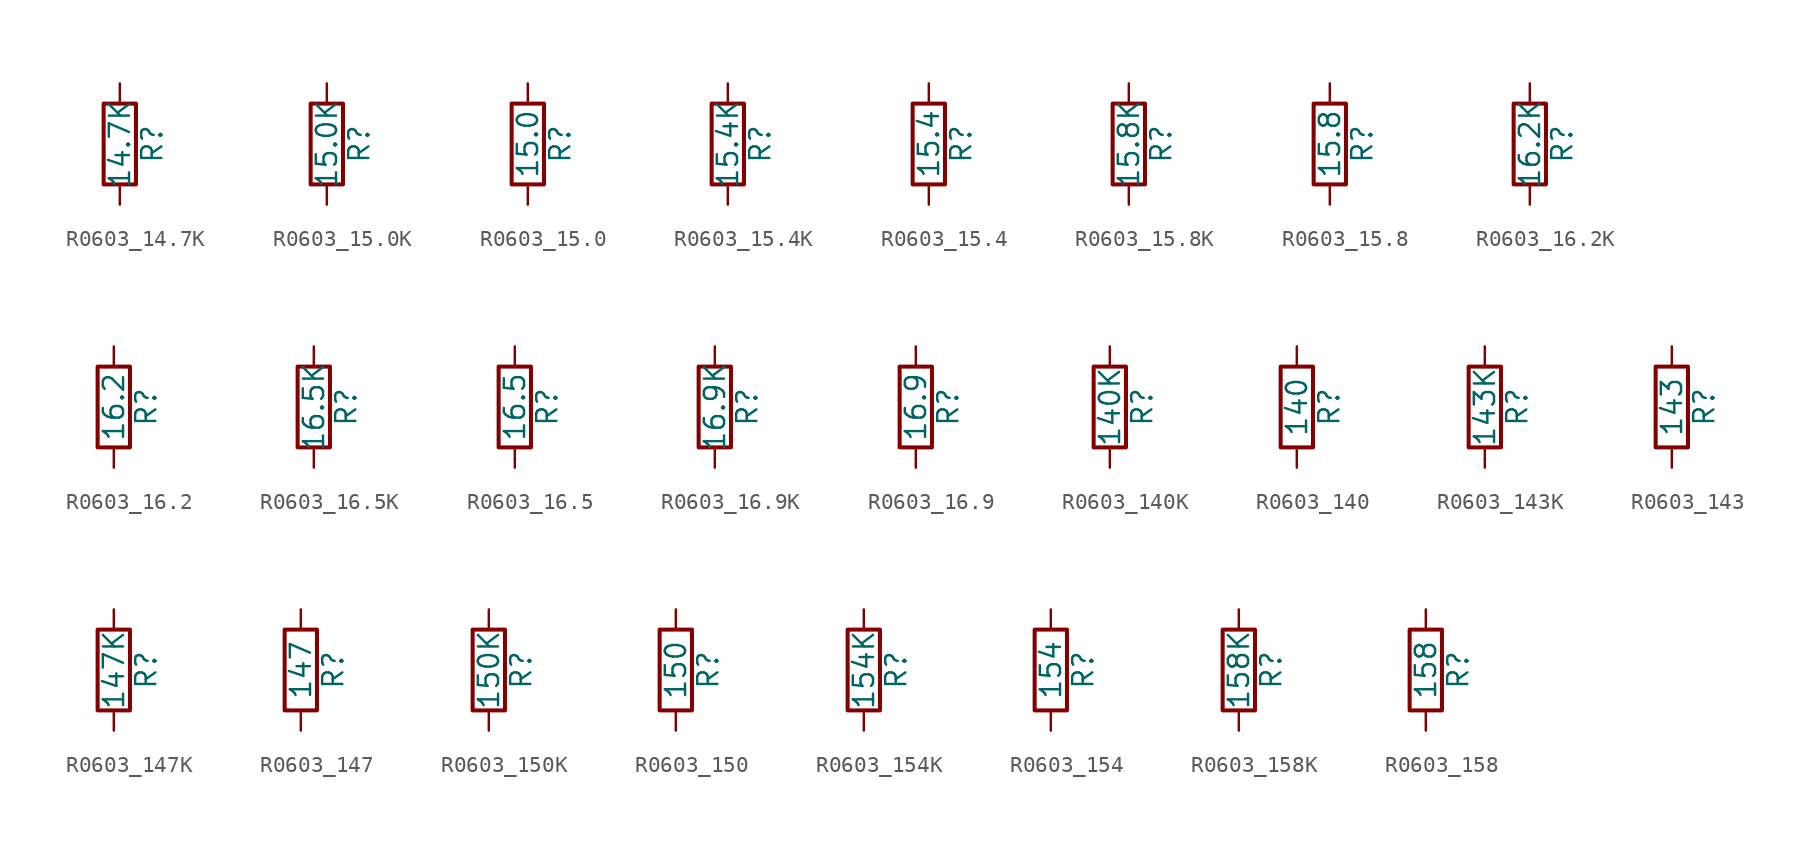
<source format=kicad_sym>
(kicad_symbol_lib
  (version 20211014)
  (generator atlantix-eda)
  (symbol "R0603_14.7K"
    (pin_numbers hide)
    (pin_names
      (offset 0))
    (property "Reference" "R"
      (at 2.032 0 90)
      (effects (font (size 1.27 1.27))))
    (property "Value" "14.7K"
      (at 0 0 90)
      (effects (font (size 1.27 1.27))))
    (symbol "R0603_14.7K_0_1"
      (rectangle (start -1.016 -2.54) (end 1.016 2.54) (stroke (width 0.254) (type default) (color 0 0 0 0)) (fill (type none))))
    (symbol "R0603_14.7K_1_1"
      (pin passive line (at 0 3.81 270) (length 1.27) (name "~" (effects (font (size 1.27 1.27)))) (number "1" (effects (font (size 1.27 1.27)))))
      (pin passive line (at 0 -3.81 90) (length 1.27) (name "~" (effects (font (size 1.27 1.27)))) (number "2" (effects (font (size 1.27 1.27)))))))
  (symbol "R0603_15.0K"
    (pin_numbers hide)
    (pin_names
      (offset 0))
    (property "Reference" "R"
      (at 2.032 0 90)
      (effects (font (size 1.27 1.27))))
    (property "Value" "15.0K"
      (at 0 0 90)
      (effects (font (size 1.27 1.27))))
    (symbol "R0603_15.0K_0_1"
      (rectangle (start -1.016 -2.54) (end 1.016 2.54) (stroke (width 0.254) (type default) (color 0 0 0 0)) (fill (type none))))
    (symbol "R0603_15.0K_1_1"
      (pin passive line (at 0 3.81 270) (length 1.27) (name "~" (effects (font (size 1.27 1.27)))) (number "1" (effects (font (size 1.27 1.27)))))
      (pin passive line (at 0 -3.81 90) (length 1.27) (name "~" (effects (font (size 1.27 1.27)))) (number "2" (effects (font (size 1.27 1.27)))))))
  (symbol "R0603_15.0"
    (pin_numbers hide)
    (pin_names
      (offset 0))
    (property "Reference" "R"
      (at 2.032 0 90)
      (effects (font (size 1.27 1.27))))
    (property "Value" "15.0"
      (at 0 0 90)
      (effects (font (size 1.27 1.27))))
    (symbol "R0603_15.0_0_1"
      (rectangle (start -1.016 -2.54) (end 1.016 2.54) (stroke (width 0.254) (type default) (color 0 0 0 0)) (fill (type none))))
    (symbol "R0603_15.0_1_1"
      (pin passive line (at 0 3.81 270) (length 1.27) (name "~" (effects (font (size 1.27 1.27)))) (number "1" (effects (font (size 1.27 1.27)))))
      (pin passive line (at 0 -3.81 90) (length 1.27) (name "~" (effects (font (size 1.27 1.27)))) (number "2" (effects (font (size 1.27 1.27)))))))
  (symbol "R0603_15.4K"
    (pin_numbers hide)
    (pin_names
      (offset 0))
    (property "Reference" "R"
      (at 2.032 0 90)
      (effects (font (size 1.27 1.27))))
    (property "Value" "15.4K"
      (at 0 0 90)
      (effects (font (size 1.27 1.27))))
    (symbol "R0603_15.4K_0_1"
      (rectangle (start -1.016 -2.54) (end 1.016 2.54) (stroke (width 0.254) (type default) (color 0 0 0 0)) (fill (type none))))
    (symbol "R0603_15.4K_1_1"
      (pin passive line (at 0 3.81 270) (length 1.27) (name "~" (effects (font (size 1.27 1.27)))) (number "1" (effects (font (size 1.27 1.27)))))
      (pin passive line (at 0 -3.81 90) (length 1.27) (name "~" (effects (font (size 1.27 1.27)))) (number "2" (effects (font (size 1.27 1.27)))))))
  (symbol "R0603_15.4"
    (pin_numbers hide)
    (pin_names
      (offset 0))
    (property "Reference" "R"
      (at 2.032 0 90)
      (effects (font (size 1.27 1.27))))
    (property "Value" "15.4"
      (at 0 0 90)
      (effects (font (size 1.27 1.27))))
    (symbol "R0603_15.4_0_1"
      (rectangle (start -1.016 -2.54) (end 1.016 2.54) (stroke (width 0.254) (type default) (color 0 0 0 0)) (fill (type none))))
    (symbol "R0603_15.4_1_1"
      (pin passive line (at 0 3.81 270) (length 1.27) (name "~" (effects (font (size 1.27 1.27)))) (number "1" (effects (font (size 1.27 1.27)))))
      (pin passive line (at 0 -3.81 90) (length 1.27) (name "~" (effects (font (size 1.27 1.27)))) (number "2" (effects (font (size 1.27 1.27)))))))
  (symbol "R0603_15.8K"
    (pin_numbers hide)
    (pin_names
      (offset 0))
    (property "Reference" "R"
      (at 2.032 0 90)
      (effects (font (size 1.27 1.27))))
    (property "Value" "15.8K"
      (at 0 0 90)
      (effects (font (size 1.27 1.27))))
    (symbol "R0603_15.8K_0_1"
      (rectangle (start -1.016 -2.54) (end 1.016 2.54) (stroke (width 0.254) (type default) (color 0 0 0 0)) (fill (type none))))
    (symbol "R0603_15.8K_1_1"
      (pin passive line (at 0 3.81 270) (length 1.27) (name "~" (effects (font (size 1.27 1.27)))) (number "1" (effects (font (size 1.27 1.27)))))
      (pin passive line (at 0 -3.81 90) (length 1.27) (name "~" (effects (font (size 1.27 1.27)))) (number "2" (effects (font (size 1.27 1.27)))))))
  (symbol "R0603_15.8"
    (pin_numbers hide)
    (pin_names
      (offset 0))
    (property "Reference" "R"
      (at 2.032 0 90)
      (effects (font (size 1.27 1.27))))
    (property "Value" "15.8"
      (at 0 0 90)
      (effects (font (size 1.27 1.27))))
    (symbol "R0603_15.8_0_1"
      (rectangle (start -1.016 -2.54) (end 1.016 2.54) (stroke (width 0.254) (type default) (color 0 0 0 0)) (fill (type none))))
    (symbol "R0603_15.8_1_1"
      (pin passive line (at 0 3.81 270) (length 1.27) (name "~" (effects (font (size 1.27 1.27)))) (number "1" (effects (font (size 1.27 1.27)))))
      (pin passive line (at 0 -3.81 90) (length 1.27) (name "~" (effects (font (size 1.27 1.27)))) (number "2" (effects (font (size 1.27 1.27)))))))
  (symbol "R0603_16.2K"
    (pin_numbers hide)
    (pin_names
      (offset 0))
    (property "Reference" "R"
      (at 2.032 0 90)
      (effects (font (size 1.27 1.27))))
    (property "Value" "16.2K"
      (at 0 0 90)
      (effects (font (size 1.27 1.27))))
    (symbol "R0603_16.2K_0_1"
      (rectangle (start -1.016 -2.54) (end 1.016 2.54) (stroke (width 0.254) (type default) (color 0 0 0 0)) (fill (type none))))
    (symbol "R0603_16.2K_1_1"
      (pin passive line (at 0 3.81 270) (length 1.27) (name "~" (effects (font (size 1.27 1.27)))) (number "1" (effects (font (size 1.27 1.27)))))
      (pin passive line (at 0 -3.81 90) (length 1.27) (name "~" (effects (font (size 1.27 1.27)))) (number "2" (effects (font (size 1.27 1.27)))))))
  (symbol "R0603_16.2"
    (pin_numbers hide)
    (pin_names
      (offset 0))
    (property "Reference" "R"
      (at 2.032 0 90)
      (effects (font (size 1.27 1.27))))
    (property "Value" "16.2"
      (at 0 0 90)
      (effects (font (size 1.27 1.27))))
    (symbol "R0603_16.2_0_1"
      (rectangle (start -1.016 -2.54) (end 1.016 2.54) (stroke (width 0.254) (type default) (color 0 0 0 0)) (fill (type none))))
    (symbol "R0603_16.2_1_1"
      (pin passive line (at 0 3.81 270) (length 1.27) (name "~" (effects (font (size 1.27 1.27)))) (number "1" (effects (font (size 1.27 1.27)))))
      (pin passive line (at 0 -3.81 90) (length 1.27) (name "~" (effects (font (size 1.27 1.27)))) (number "2" (effects (font (size 1.27 1.27)))))))
  (symbol "R0603_16.5K"
    (pin_numbers hide)
    (pin_names
      (offset 0))
    (property "Reference" "R"
      (at 2.032 0 90)
      (effects (font (size 1.27 1.27))))
    (property "Value" "16.5K"
      (at 0 0 90)
      (effects (font (size 1.27 1.27))))
    (symbol "R0603_16.5K_0_1"
      (rectangle (start -1.016 -2.54) (end 1.016 2.54) (stroke (width 0.254) (type default) (color 0 0 0 0)) (fill (type none))))
    (symbol "R0603_16.5K_1_1"
      (pin passive line (at 0 3.81 270) (length 1.27) (name "~" (effects (font (size 1.27 1.27)))) (number "1" (effects (font (size 1.27 1.27)))))
      (pin passive line (at 0 -3.81 90) (length 1.27) (name "~" (effects (font (size 1.27 1.27)))) (number "2" (effects (font (size 1.27 1.27)))))))
  (symbol "R0603_16.5"
    (pin_numbers hide)
    (pin_names
      (offset 0))
    (property "Reference" "R"
      (at 2.032 0 90)
      (effects (font (size 1.27 1.27))))
    (property "Value" "16.5"
      (at 0 0 90)
      (effects (font (size 1.27 1.27))))
    (symbol "R0603_16.5_0_1"
      (rectangle (start -1.016 -2.54) (end 1.016 2.54) (stroke (width 0.254) (type default) (color 0 0 0 0)) (fill (type none))))
    (symbol "R0603_16.5_1_1"
      (pin passive line (at 0 3.81 270) (length 1.27) (name "~" (effects (font (size 1.27 1.27)))) (number "1" (effects (font (size 1.27 1.27)))))
      (pin passive line (at 0 -3.81 90) (length 1.27) (name "~" (effects (font (size 1.27 1.27)))) (number "2" (effects (font (size 1.27 1.27)))))))
  (symbol "R0603_16.9K"
    (pin_numbers hide)
    (pin_names
      (offset 0))
    (property "Reference" "R"
      (at 2.032 0 90)
      (effects (font (size 1.27 1.27))))
    (property "Value" "16.9K"
      (at 0 0 90)
      (effects (font (size 1.27 1.27))))
    (symbol "R0603_16.9K_0_1"
      (rectangle (start -1.016 -2.54) (end 1.016 2.54) (stroke (width 0.254) (type default) (color 0 0 0 0)) (fill (type none))))
    (symbol "R0603_16.9K_1_1"
      (pin passive line (at 0 3.81 270) (length 1.27) (name "~" (effects (font (size 1.27 1.27)))) (number "1" (effects (font (size 1.27 1.27)))))
      (pin passive line (at 0 -3.81 90) (length 1.27) (name "~" (effects (font (size 1.27 1.27)))) (number "2" (effects (font (size 1.27 1.27)))))))
  (symbol "R0603_16.9"
    (pin_numbers hide)
    (pin_names
      (offset 0))
    (property "Reference" "R"
      (at 2.032 0 90)
      (effects (font (size 1.27 1.27))))
    (property "Value" "16.9"
      (at 0 0 90)
      (effects (font (size 1.27 1.27))))
    (symbol "R0603_16.9_0_1"
      (rectangle (start -1.016 -2.54) (end 1.016 2.54) (stroke (width 0.254) (type default) (color 0 0 0 0)) (fill (type none))))
    (symbol "R0603_16.9_1_1"
      (pin passive line (at 0 3.81 270) (length 1.27) (name "~" (effects (font (size 1.27 1.27)))) (number "1" (effects (font (size 1.27 1.27)))))
      (pin passive line (at 0 -3.81 90) (length 1.27) (name "~" (effects (font (size 1.27 1.27)))) (number "2" (effects (font (size 1.27 1.27)))))))
  (symbol "R0603_140K"
    (pin_numbers hide)
    (pin_names
      (offset 0))
    (property "Reference" "R"
      (at 2.032 0 90)
      (effects (font (size 1.27 1.27))))
    (property "Value" "140K"
      (at 0 0 90)
      (effects (font (size 1.27 1.27))))
    (symbol "R0603_140K_0_1"
      (rectangle (start -1.016 -2.54) (end 1.016 2.54) (stroke (width 0.254) (type default) (color 0 0 0 0)) (fill (type none))))
    (symbol "R0603_140K_1_1"
      (pin passive line (at 0 3.81 270) (length 1.27) (name "~" (effects (font (size 1.27 1.27)))) (number "1" (effects (font (size 1.27 1.27)))))
      (pin passive line (at 0 -3.81 90) (length 1.27) (name "~" (effects (font (size 1.27 1.27)))) (number "2" (effects (font (size 1.27 1.27)))))))
  (symbol "R0603_140"
    (pin_numbers hide)
    (pin_names
      (offset 0))
    (property "Reference" "R"
      (at 2.032 0 90)
      (effects (font (size 1.27 1.27))))
    (property "Value" "140"
      (at 0 0 90)
      (effects (font (size 1.27 1.27))))
    (symbol "R0603_140_0_1"
      (rectangle (start -1.016 -2.54) (end 1.016 2.54) (stroke (width 0.254) (type default) (color 0 0 0 0)) (fill (type none))))
    (symbol "R0603_140_1_1"
      (pin passive line (at 0 3.81 270) (length 1.27) (name "~" (effects (font (size 1.27 1.27)))) (number "1" (effects (font (size 1.27 1.27)))))
      (pin passive line (at 0 -3.81 90) (length 1.27) (name "~" (effects (font (size 1.27 1.27)))) (number "2" (effects (font (size 1.27 1.27)))))))
  (symbol "R0603_143K"
    (pin_numbers hide)
    (pin_names
      (offset 0))
    (property "Reference" "R"
      (at 2.032 0 90)
      (effects (font (size 1.27 1.27))))
    (property "Value" "143K"
      (at 0 0 90)
      (effects (font (size 1.27 1.27))))
    (symbol "R0603_143K_0_1"
      (rectangle (start -1.016 -2.54) (end 1.016 2.54) (stroke (width 0.254) (type default) (color 0 0 0 0)) (fill (type none))))
    (symbol "R0603_143K_1_1"
      (pin passive line (at 0 3.81 270) (length 1.27) (name "~" (effects (font (size 1.27 1.27)))) (number "1" (effects (font (size 1.27 1.27)))))
      (pin passive line (at 0 -3.81 90) (length 1.27) (name "~" (effects (font (size 1.27 1.27)))) (number "2" (effects (font (size 1.27 1.27)))))))
  (symbol "R0603_143"
    (pin_numbers hide)
    (pin_names
      (offset 0))
    (property "Reference" "R"
      (at 2.032 0 90)
      (effects (font (size 1.27 1.27))))
    (property "Value" "143"
      (at 0 0 90)
      (effects (font (size 1.27 1.27))))
    (symbol "R0603_143_0_1"
      (rectangle (start -1.016 -2.54) (end 1.016 2.54) (stroke (width 0.254) (type default) (color 0 0 0 0)) (fill (type none))))
    (symbol "R0603_143_1_1"
      (pin passive line (at 0 3.81 270) (length 1.27) (name "~" (effects (font (size 1.27 1.27)))) (number "1" (effects (font (size 1.27 1.27)))))
      (pin passive line (at 0 -3.81 90) (length 1.27) (name "~" (effects (font (size 1.27 1.27)))) (number "2" (effects (font (size 1.27 1.27)))))))
  (symbol "R0603_147K"
    (pin_numbers hide)
    (pin_names
      (offset 0))
    (property "Reference" "R"
      (at 2.032 0 90)
      (effects (font (size 1.27 1.27))))
    (property "Value" "147K"
      (at 0 0 90)
      (effects (font (size 1.27 1.27))))
    (symbol "R0603_147K_0_1"
      (rectangle (start -1.016 -2.54) (end 1.016 2.54) (stroke (width 0.254) (type default) (color 0 0 0 0)) (fill (type none))))
    (symbol "R0603_147K_1_1"
      (pin passive line (at 0 3.81 270) (length 1.27) (name "~" (effects (font (size 1.27 1.27)))) (number "1" (effects (font (size 1.27 1.27)))))
      (pin passive line (at 0 -3.81 90) (length 1.27) (name "~" (effects (font (size 1.27 1.27)))) (number "2" (effects (font (size 1.27 1.27)))))))
  (symbol "R0603_147"
    (pin_numbers hide)
    (pin_names
      (offset 0))
    (property "Reference" "R"
      (at 2.032 0 90)
      (effects (font (size 1.27 1.27))))
    (property "Value" "147"
      (at 0 0 90)
      (effects (font (size 1.27 1.27))))
    (symbol "R0603_147_0_1"
      (rectangle (start -1.016 -2.54) (end 1.016 2.54) (stroke (width 0.254) (type default) (color 0 0 0 0)) (fill (type none))))
    (symbol "R0603_147_1_1"
      (pin passive line (at 0 3.81 270) (length 1.27) (name "~" (effects (font (size 1.27 1.27)))) (number "1" (effects (font (size 1.27 1.27)))))
      (pin passive line (at 0 -3.81 90) (length 1.27) (name "~" (effects (font (size 1.27 1.27)))) (number "2" (effects (font (size 1.27 1.27)))))))
  (symbol "R0603_150K"
    (pin_numbers hide)
    (pin_names
      (offset 0))
    (property "Reference" "R"
      (at 2.032 0 90)
      (effects (font (size 1.27 1.27))))
    (property "Value" "150K"
      (at 0 0 90)
      (effects (font (size 1.27 1.27))))
    (symbol "R0603_150K_0_1"
      (rectangle (start -1.016 -2.54) (end 1.016 2.54) (stroke (width 0.254) (type default) (color 0 0 0 0)) (fill (type none))))
    (symbol "R0603_150K_1_1"
      (pin passive line (at 0 3.81 270) (length 1.27) (name "~" (effects (font (size 1.27 1.27)))) (number "1" (effects (font (size 1.27 1.27)))))
      (pin passive line (at 0 -3.81 90) (length 1.27) (name "~" (effects (font (size 1.27 1.27)))) (number "2" (effects (font (size 1.27 1.27)))))))
  (symbol "R0603_150"
    (pin_numbers hide)
    (pin_names
      (offset 0))
    (property "Reference" "R"
      (at 2.032 0 90)
      (effects (font (size 1.27 1.27))))
    (property "Value" "150"
      (at 0 0 90)
      (effects (font (size 1.27 1.27))))
    (symbol "R0603_150_0_1"
      (rectangle (start -1.016 -2.54) (end 1.016 2.54) (stroke (width 0.254) (type default) (color 0 0 0 0)) (fill (type none))))
    (symbol "R0603_150_1_1"
      (pin passive line (at 0 3.81 270) (length 1.27) (name "~" (effects (font (size 1.27 1.27)))) (number "1" (effects (font (size 1.27 1.27)))))
      (pin passive line (at 0 -3.81 90) (length 1.27) (name "~" (effects (font (size 1.27 1.27)))) (number "2" (effects (font (size 1.27 1.27)))))))
  (symbol "R0603_154K"
    (pin_numbers hide)
    (pin_names
      (offset 0))
    (property "Reference" "R"
      (at 2.032 0 90)
      (effects (font (size 1.27 1.27))))
    (property "Value" "154K"
      (at 0 0 90)
      (effects (font (size 1.27 1.27))))
    (symbol "R0603_154K_0_1"
      (rectangle (start -1.016 -2.54) (end 1.016 2.54) (stroke (width 0.254) (type default) (color 0 0 0 0)) (fill (type none))))
    (symbol "R0603_154K_1_1"
      (pin passive line (at 0 3.81 270) (length 1.27) (name "~" (effects (font (size 1.27 1.27)))) (number "1" (effects (font (size 1.27 1.27)))))
      (pin passive line (at 0 -3.81 90) (length 1.27) (name "~" (effects (font (size 1.27 1.27)))) (number "2" (effects (font (size 1.27 1.27)))))))
  (symbol "R0603_154"
    (pin_numbers hide)
    (pin_names
      (offset 0))
    (property "Reference" "R"
      (at 2.032 0 90)
      (effects (font (size 1.27 1.27))))
    (property "Value" "154"
      (at 0 0 90)
      (effects (font (size 1.27 1.27))))
    (symbol "R0603_154_0_1"
      (rectangle (start -1.016 -2.54) (end 1.016 2.54) (stroke (width 0.254) (type default) (color 0 0 0 0)) (fill (type none))))
    (symbol "R0603_154_1_1"
      (pin passive line (at 0 3.81 270) (length 1.27) (name "~" (effects (font (size 1.27 1.27)))) (number "1" (effects (font (size 1.27 1.27)))))
      (pin passive line (at 0 -3.81 90) (length 1.27) (name "~" (effects (font (size 1.27 1.27)))) (number "2" (effects (font (size 1.27 1.27)))))))
  (symbol "R0603_158K"
    (pin_numbers hide)
    (pin_names
      (offset 0))
    (property "Reference" "R"
      (at 2.032 0 90)
      (effects (font (size 1.27 1.27))))
    (property "Value" "158K"
      (at 0 0 90)
      (effects (font (size 1.27 1.27))))
    (symbol "R0603_158K_0_1"
      (rectangle (start -1.016 -2.54) (end 1.016 2.54) (stroke (width 0.254) (type default) (color 0 0 0 0)) (fill (type none))))
    (symbol "R0603_158K_1_1"
      (pin passive line (at 0 3.81 270) (length 1.27) (name "~" (effects (font (size 1.27 1.27)))) (number "1" (effects (font (size 1.27 1.27)))))
      (pin passive line (at 0 -3.81 90) (length 1.27) (name "~" (effects (font (size 1.27 1.27)))) (number "2" (effects (font (size 1.27 1.27)))))))
  (symbol "R0603_158"
    (pin_numbers hide)
    (pin_names
      (offset 0))
    (property "Reference" "R"
      (at 2.032 0 90)
      (effects (font (size 1.27 1.27))))
    (property "Value" "158"
      (at 0 0 90)
      (effects (font (size 1.27 1.27))))
    (symbol "R0603_158_0_1"
      (rectangle (start -1.016 -2.54) (end 1.016 2.54) (stroke (width 0.254) (type default) (color 0 0 0 0)) (fill (type none))))
    (symbol "R0603_158_1_1"
      (pin passive line (at 0 3.81 270) (length 1.27) (name "~" (effects (font (size 1.27 1.27)))) (number "1" (effects (font (size 1.27 1.27)))))
      (pin passive line (at 0 -3.81 90) (length 1.27) (name "~" (effects (font (size 1.27 1.27)))) (number "2" (effects (font (size 1.27 1.27))))))))
</source>
